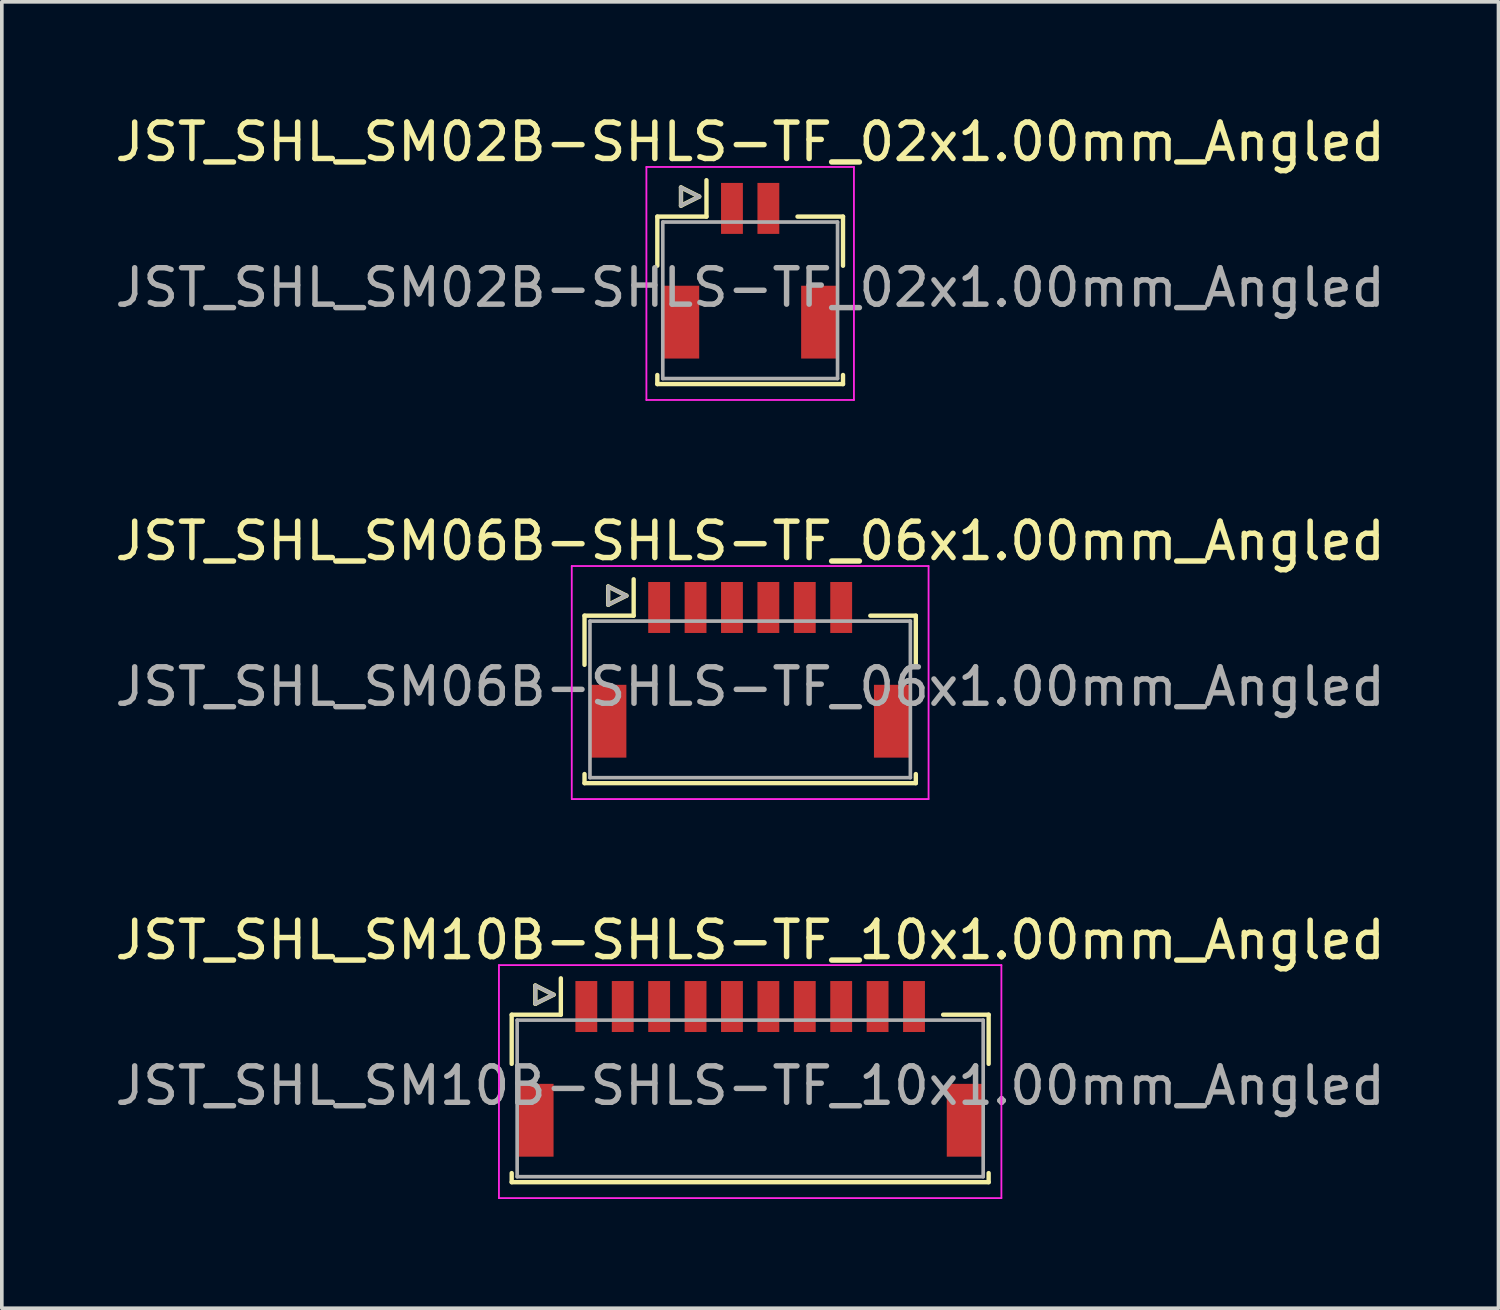
<source format=kicad_pcb>
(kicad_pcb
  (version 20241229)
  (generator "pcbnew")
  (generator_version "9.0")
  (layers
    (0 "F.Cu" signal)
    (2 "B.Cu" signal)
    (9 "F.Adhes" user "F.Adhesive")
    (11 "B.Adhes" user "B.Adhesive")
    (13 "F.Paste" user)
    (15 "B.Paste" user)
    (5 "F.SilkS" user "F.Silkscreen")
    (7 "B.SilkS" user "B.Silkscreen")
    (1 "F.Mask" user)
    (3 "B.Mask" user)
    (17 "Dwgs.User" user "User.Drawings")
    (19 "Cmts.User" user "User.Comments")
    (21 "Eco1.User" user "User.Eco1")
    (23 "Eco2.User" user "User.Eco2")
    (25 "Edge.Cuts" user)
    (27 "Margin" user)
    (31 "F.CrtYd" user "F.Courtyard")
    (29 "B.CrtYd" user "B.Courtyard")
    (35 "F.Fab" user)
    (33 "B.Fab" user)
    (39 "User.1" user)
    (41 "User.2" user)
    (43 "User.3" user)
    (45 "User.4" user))
  (footprint "JST_SHL_SM02B-SHLS-TF_02x1.00mm_Angled"
    (layer "F.Cu")
    (at 17.554 4.236)
    (property "Reference" "JST_SHL_SM02B-SHLS-TF_02x1.00mm_Angled" (at 0 -3.388 0) (layer "F.SilkS") (effects (font (size 1 1) (thickness 0.15))))
    (attr smd)
    (fp_line (start -2.55 -1.337) (end -1.2 -1.337) (stroke (width 0.12) (type solid)) (layer "F.SilkS"))
    (fp_line (start -2.55 0.013) (end -2.55 -1.337) (stroke (width 0.12) (type solid)) (layer "F.SilkS"))
    (fp_line (start -2.55 3.013) (end -2.55 3.263) (stroke (width 0.12) (type solid)) (layer "F.SilkS"))
    (fp_line (start -2.55 3.263) (end 2.55 3.263) (stroke (width 0.12) (type solid)) (layer "F.SilkS"))
    (fp_line (start -1.9 -2.138) (end -1.9 -1.637) (stroke (width 0.12) (type solid)) (layer "F.SilkS"))
    (fp_line (start -1.9 -1.637) (end -1.4 -1.887) (stroke (width 0.12) (type solid)) (layer "F.SilkS"))
    (fp_line (start -1.4 -1.887) (end -1.9 -2.138) (stroke (width 0.12) (type solid)) (layer "F.SilkS"))
    (fp_line (start -1.2 -1.337) (end -1.2 -2.337) (stroke (width 0.12) (type solid)) (layer "F.SilkS"))
    (fp_line (start 2.55 -1.337) (end 1.3 -1.337) (stroke (width 0.12) (type solid)) (layer "F.SilkS"))
    (fp_line (start 2.55 0.013) (end 2.55 -1.337) (stroke (width 0.12) (type solid)) (layer "F.SilkS"))
    (fp_line (start 2.55 3.263) (end 2.55 3.013) (stroke (width 0.12) (type solid)) (layer "F.SilkS"))
    (fp_line (start -2.85 -2.7) (end -2.85 3.7) (stroke (width 0.05) (type solid)) (layer "F.CrtYd"))
    (fp_line (start -2.85 3.7) (end 2.85 3.7) (stroke (width 0.05) (type solid)) (layer "F.CrtYd"))
    (fp_line (start 2.85 -2.7) (end -2.85 -2.7) (stroke (width 0.05) (type solid)) (layer "F.CrtYd"))
    (fp_line (start 2.85 3.7) (end 2.85 -2.7) (stroke (width 0.05) (type solid)) (layer "F.CrtYd"))
    (fp_line (start -2.4 -1.188) (end -2.4 3.112) (stroke (width 0.1) (type solid)) (layer "F.Fab"))
    (fp_line (start -2.4 3.112) (end 2.4 3.112) (stroke (width 0.1) (type solid)) (layer "F.Fab"))
    (fp_line (start -1.9 -2.138) (end -1.9 -1.637) (stroke (width 0.1) (type solid)) (layer "F.Fab"))
    (fp_line (start -1.9 -1.637) (end -1.4 -1.887) (stroke (width 0.1) (type solid)) (layer "F.Fab"))
    (fp_line (start -1.4 -1.887) (end -1.9 -2.138) (stroke (width 0.1) (type solid)) (layer "F.Fab"))
    (fp_line (start 2.4 -1.188) (end -2.4 -1.188) (stroke (width 0.1) (type solid)) (layer "F.Fab"))
    (fp_line (start 2.4 3.112) (end 2.4 -1.188) (stroke (width 0.1) (type solid)) (layer "F.Fab"))
    (fp_text user "${REFERENCE}" (at 0 0.613 0) (layer "F.Fab") (effects (font (size 1 1) (thickness 0.15))))
    (pad "" smd rect (at -1.9 1.562) (size 1 2) (layers "F.Cu" "F.Mask" "F.Paste"))
    (pad "" smd rect (at 1.9 1.562) (size 1 2) (layers "F.Cu" "F.Mask" "F.Paste"))
    (pad "1" smd rect (at -0.5 -1.562) (size 0.6 1.4) (layers "F.Cu" "F.Mask" "F.Paste"))
    (pad "2" smd rect (at 0.5 -1.562) (size 0.6 1.4) (layers "F.Cu" "F.Mask" "F.Paste")))
  (footprint "JST_SHL_SM06B-SHLS-TF_06x1.00mm_Angled"
    (layer "F.Cu")
    (at 17.554 15.197)
    (property "Reference" "JST_SHL_SM06B-SHLS-TF_06x1.00mm_Angled" (at 0 -3.388 0) (layer "F.SilkS") (effects (font (size 1 1) (thickness 0.15))))
    (attr smd)
    (fp_line (start -4.55 -1.337) (end -3.2 -1.337) (stroke (width 0.12) (type solid)) (layer "F.SilkS"))
    (fp_line (start -4.55 0.013) (end -4.55 -1.337) (stroke (width 0.12) (type solid)) (layer "F.SilkS"))
    (fp_line (start -4.55 3.013) (end -4.55 3.263) (stroke (width 0.12) (type solid)) (layer "F.SilkS"))
    (fp_line (start -4.55 3.263) (end 4.55 3.263) (stroke (width 0.12) (type solid)) (layer "F.SilkS"))
    (fp_line (start -3.9 -2.138) (end -3.9 -1.637) (stroke (width 0.12) (type solid)) (layer "F.SilkS"))
    (fp_line (start -3.9 -1.637) (end -3.4 -1.887) (stroke (width 0.12) (type solid)) (layer "F.SilkS"))
    (fp_line (start -3.4 -1.887) (end -3.9 -2.138) (stroke (width 0.12) (type solid)) (layer "F.SilkS"))
    (fp_line (start -3.2 -1.337) (end -3.2 -2.337) (stroke (width 0.12) (type solid)) (layer "F.SilkS"))
    (fp_line (start 4.55 -1.337) (end 3.3 -1.337) (stroke (width 0.12) (type solid)) (layer "F.SilkS"))
    (fp_line (start 4.55 0.013) (end 4.55 -1.337) (stroke (width 0.12) (type solid)) (layer "F.SilkS"))
    (fp_line (start 4.55 3.263) (end 4.55 3.013) (stroke (width 0.12) (type solid)) (layer "F.SilkS"))
    (fp_line (start -4.9 -2.7) (end -4.9 3.7) (stroke (width 0.05) (type solid)) (layer "F.CrtYd"))
    (fp_line (start -4.9 3.7) (end 4.9 3.7) (stroke (width 0.05) (type solid)) (layer "F.CrtYd"))
    (fp_line (start 4.9 -2.7) (end -4.9 -2.7) (stroke (width 0.05) (type solid)) (layer "F.CrtYd"))
    (fp_line (start 4.9 3.7) (end 4.9 -2.7) (stroke (width 0.05) (type solid)) (layer "F.CrtYd"))
    (fp_line (start -4.4 -1.188) (end -4.4 3.112) (stroke (width 0.1) (type solid)) (layer "F.Fab"))
    (fp_line (start -4.4 3.112) (end 4.4 3.112) (stroke (width 0.1) (type solid)) (layer "F.Fab"))
    (fp_line (start -3.9 -2.138) (end -3.9 -1.637) (stroke (width 0.1) (type solid)) (layer "F.Fab"))
    (fp_line (start -3.9 -1.637) (end -3.4 -1.887) (stroke (width 0.1) (type solid)) (layer "F.Fab"))
    (fp_line (start -3.4 -1.887) (end -3.9 -2.138) (stroke (width 0.1) (type solid)) (layer "F.Fab"))
    (fp_line (start 4.4 -1.188) (end -4.4 -1.188) (stroke (width 0.1) (type solid)) (layer "F.Fab"))
    (fp_line (start 4.4 3.112) (end 4.4 -1.188) (stroke (width 0.1) (type solid)) (layer "F.Fab"))
    (fp_text user "${REFERENCE}" (at 0 0.613 0) (layer "F.Fab") (effects (font (size 1 1) (thickness 0.15))))
    (pad "" smd rect (at -3.9 1.562) (size 1 2) (layers "F.Cu" "F.Mask" "F.Paste"))
    (pad "" smd rect (at 3.9 1.562) (size 1 2) (layers "F.Cu" "F.Mask" "F.Paste"))
    (pad "1" smd rect (at -2.5 -1.562) (size 0.6 1.4) (layers "F.Cu" "F.Mask" "F.Paste"))
    (pad "2" smd rect (at -1.5 -1.562) (size 0.6 1.4) (layers "F.Cu" "F.Mask" "F.Paste"))
    (pad "3" smd rect (at -0.5 -1.562) (size 0.6 1.4) (layers "F.Cu" "F.Mask" "F.Paste"))
    (pad "4" smd rect (at 0.5 -1.562) (size 0.6 1.4) (layers "F.Cu" "F.Mask" "F.Paste"))
    (pad "5" smd rect (at 1.5 -1.562) (size 0.6 1.4) (layers "F.Cu" "F.Mask" "F.Paste"))
    (pad "6" smd rect (at 2.5 -1.562) (size 0.6 1.4) (layers "F.Cu" "F.Mask" "F.Paste")))
  (footprint "JST_SHL_SM10B-SHLS-TF_10x1.00mm_Angled"
    (layer "F.Cu")
    (at 17.554 26.157)
    (property "Reference" "JST_SHL_SM10B-SHLS-TF_10x1.00mm_Angled" (at 0 -3.388 0) (layer "F.SilkS") (effects (font (size 1 1) (thickness 0.15))))
    (attr smd)
    (fp_line (start -6.55 -1.337) (end -5.2 -1.337) (stroke (width 0.12) (type solid)) (layer "F.SilkS"))
    (fp_line (start -6.55 0.013) (end -6.55 -1.337) (stroke (width 0.12) (type solid)) (layer "F.SilkS"))
    (fp_line (start -6.55 3.013) (end -6.55 3.263) (stroke (width 0.12) (type solid)) (layer "F.SilkS"))
    (fp_line (start -6.55 3.263) (end 6.55 3.263) (stroke (width 0.12) (type solid)) (layer "F.SilkS"))
    (fp_line (start -5.9 -2.138) (end -5.9 -1.637) (stroke (width 0.12) (type solid)) (layer "F.SilkS"))
    (fp_line (start -5.9 -1.637) (end -5.4 -1.887) (stroke (width 0.12) (type solid)) (layer "F.SilkS"))
    (fp_line (start -5.4 -1.887) (end -5.9 -2.138) (stroke (width 0.12) (type solid)) (layer "F.SilkS"))
    (fp_line (start -5.2 -1.337) (end -5.2 -2.337) (stroke (width 0.12) (type solid)) (layer "F.SilkS"))
    (fp_line (start 6.55 -1.337) (end 5.3 -1.337) (stroke (width 0.12) (type solid)) (layer "F.SilkS"))
    (fp_line (start 6.55 0.013) (end 6.55 -1.337) (stroke (width 0.12) (type solid)) (layer "F.SilkS"))
    (fp_line (start 6.55 3.263) (end 6.55 3.013) (stroke (width 0.12) (type solid)) (layer "F.SilkS"))
    (fp_line (start -6.9 -2.7) (end -6.9 3.7) (stroke (width 0.05) (type solid)) (layer "F.CrtYd"))
    (fp_line (start -6.9 3.7) (end 6.9 3.7) (stroke (width 0.05) (type solid)) (layer "F.CrtYd"))
    (fp_line (start 6.9 -2.7) (end -6.9 -2.7) (stroke (width 0.05) (type solid)) (layer "F.CrtYd"))
    (fp_line (start 6.9 3.7) (end 6.9 -2.7) (stroke (width 0.05) (type solid)) (layer "F.CrtYd"))
    (fp_line (start -6.4 -1.188) (end -6.4 3.112) (stroke (width 0.1) (type solid)) (layer "F.Fab"))
    (fp_line (start -6.4 3.112) (end 6.4 3.112) (stroke (width 0.1) (type solid)) (layer "F.Fab"))
    (fp_line (start -5.9 -2.138) (end -5.9 -1.637) (stroke (width 0.1) (type solid)) (layer "F.Fab"))
    (fp_line (start -5.9 -1.637) (end -5.4 -1.887) (stroke (width 0.1) (type solid)) (layer "F.Fab"))
    (fp_line (start -5.4 -1.887) (end -5.9 -2.138) (stroke (width 0.1) (type solid)) (layer "F.Fab"))
    (fp_line (start 6.4 -1.188) (end -6.4 -1.188) (stroke (width 0.1) (type solid)) (layer "F.Fab"))
    (fp_line (start 6.4 3.112) (end 6.4 -1.188) (stroke (width 0.1) (type solid)) (layer "F.Fab"))
    (fp_text user "${REFERENCE}" (at 0 0.613 0) (layer "F.Fab") (effects (font (size 1 1) (thickness 0.15))))
    (pad "" smd rect (at -5.9 1.562) (size 1 2) (layers "F.Cu" "F.Mask" "F.Paste"))
    (pad "" smd rect (at 5.9 1.562) (size 1 2) (layers "F.Cu" "F.Mask" "F.Paste"))
    (pad "1" smd rect (at -4.5 -1.562) (size 0.6 1.4) (layers "F.Cu" "F.Mask" "F.Paste"))
    (pad "2" smd rect (at -3.5 -1.562) (size 0.6 1.4) (layers "F.Cu" "F.Mask" "F.Paste"))
    (pad "3" smd rect (at -2.5 -1.562) (size 0.6 1.4) (layers "F.Cu" "F.Mask" "F.Paste"))
    (pad "4" smd rect (at -1.5 -1.562) (size 0.6 1.4) (layers "F.Cu" "F.Mask" "F.Paste"))
    (pad "5" smd rect (at -0.5 -1.562) (size 0.6 1.4) (layers "F.Cu" "F.Mask" "F.Paste"))
    (pad "6" smd rect (at 0.5 -1.562) (size 0.6 1.4) (layers "F.Cu" "F.Mask" "F.Paste"))
    (pad "7" smd rect (at 1.5 -1.562) (size 0.6 1.4) (layers "F.Cu" "F.Mask" "F.Paste"))
    (pad "8" smd rect (at 2.5 -1.562) (size 0.6 1.4) (layers "F.Cu" "F.Mask" "F.Paste"))
    (pad "9" smd rect (at 3.5 -1.562) (size 0.6 1.4) (layers "F.Cu" "F.Mask" "F.Paste"))
    (pad "10" smd rect (at 4.5 -1.562) (size 0.6 1.4) (layers "F.Cu" "F.Mask" "F.Paste")))
  (gr_rect
    (start -3 -3)
    (end 38.107 32.882)
    (stroke (width 0.1) (type default))
    (fill no)
    (layer "Edge.Cuts")))
</source>
